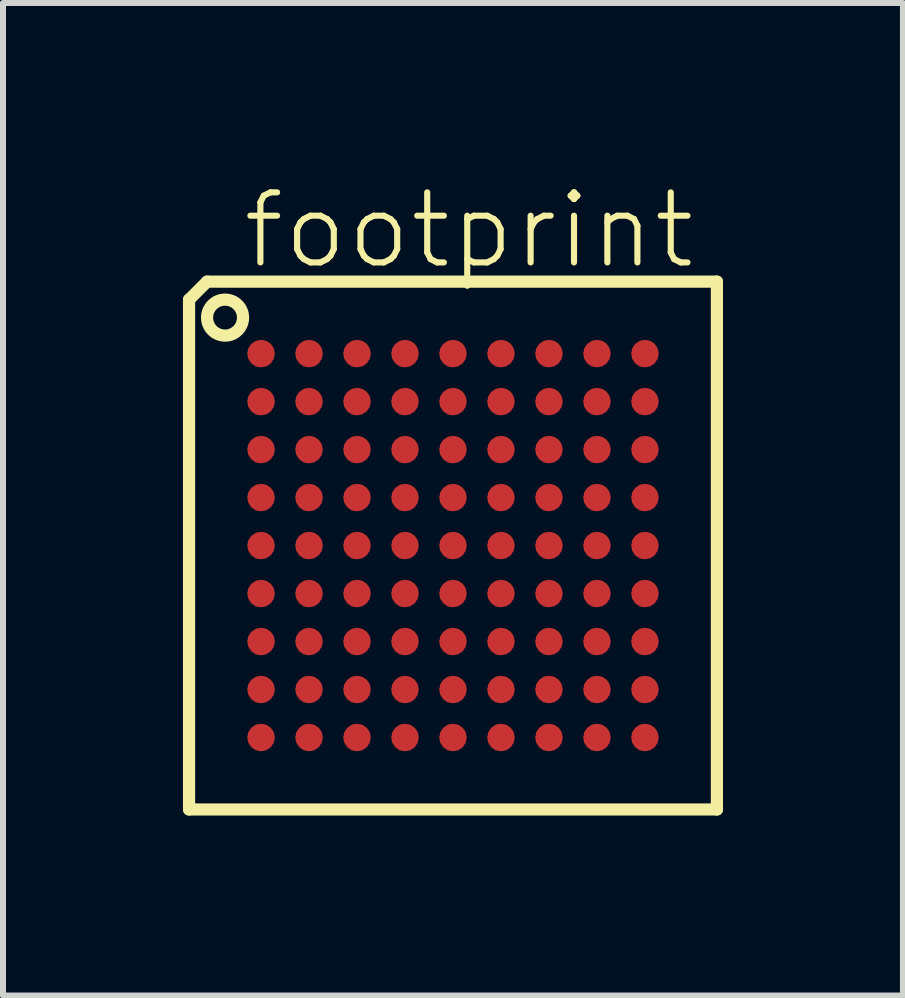
<source format=kicad_pcb>
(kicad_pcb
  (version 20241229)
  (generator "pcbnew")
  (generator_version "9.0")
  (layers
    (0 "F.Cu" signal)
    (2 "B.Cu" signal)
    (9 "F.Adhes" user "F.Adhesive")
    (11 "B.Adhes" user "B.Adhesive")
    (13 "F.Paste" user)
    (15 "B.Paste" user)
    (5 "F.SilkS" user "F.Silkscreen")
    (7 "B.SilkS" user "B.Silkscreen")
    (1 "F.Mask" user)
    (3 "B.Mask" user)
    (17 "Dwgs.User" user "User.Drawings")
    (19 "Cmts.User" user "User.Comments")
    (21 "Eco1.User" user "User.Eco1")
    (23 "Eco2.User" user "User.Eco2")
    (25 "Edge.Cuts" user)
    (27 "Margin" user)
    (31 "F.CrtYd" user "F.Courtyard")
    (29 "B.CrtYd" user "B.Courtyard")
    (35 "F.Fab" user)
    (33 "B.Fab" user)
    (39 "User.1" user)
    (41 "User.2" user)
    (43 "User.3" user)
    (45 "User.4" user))
  (footprint "footprint"
    (layer "F.Cu")
    (at 4.502 6.045)
    (property "Reference" "footprint" (at -3.556 -4.572 0) (layer "F.SilkS") (effects (font (size 1.168 1.168) (thickness 0.102)) (justify left bottom)))
    (fp_line (start -4.4 -4.1) (end -4.1 -4.4) (stroke (width 0.203) (type solid)) (layer "F.SilkS"))
    (fp_line (start -4.4 4.4) (end -4.4 -4.1) (stroke (width 0.203) (type solid)) (layer "F.SilkS"))
    (fp_line (start -4.1 -4.4) (end 4.4 -4.4) (stroke (width 0.203) (type solid)) (layer "F.SilkS"))
    (fp_line (start 4.4 -4.4) (end 4.4 4.4) (stroke (width 0.203) (type solid)) (layer "F.SilkS"))
    (fp_line (start 4.4 4.4) (end -4.4 4.4) (stroke (width 0.203) (type solid)) (layer "F.SilkS"))
    (fp_circle (center -3.8 -3.8) (end -3.5 -3.8) (stroke (width 0.203) (type solid)) (fill no) (layer "F.SilkS"))
    (pad "A1" smd roundrect (at -3.2 -3.2) (size 0.46 0.46) (layers "F.Cu" "F.Mask" "F.Paste") (roundrect_rratio 0.5))
    (pad "A2" smd roundrect (at -2.4 -3.2) (size 0.46 0.46) (layers "F.Cu" "F.Mask" "F.Paste") (roundrect_rratio 0.5))
    (pad "A3" smd roundrect (at -1.6 -3.2) (size 0.46 0.46) (layers "F.Cu" "F.Mask" "F.Paste") (roundrect_rratio 0.5))
    (pad "A4" smd roundrect (at -0.8 -3.2) (size 0.46 0.46) (layers "F.Cu" "F.Mask" "F.Paste") (roundrect_rratio 0.5))
    (pad "A5" smd roundrect (at 0 -3.2) (size 0.46 0.46) (layers "F.Cu" "F.Mask" "F.Paste") (roundrect_rratio 0.5))
    (pad "A6" smd roundrect (at 0.8 -3.2) (size 0.46 0.46) (layers "F.Cu" "F.Mask" "F.Paste") (roundrect_rratio 0.5))
    (pad "A7" smd roundrect (at 1.6 -3.2) (size 0.46 0.46) (layers "F.Cu" "F.Mask" "F.Paste") (roundrect_rratio 0.5))
    (pad "A8" smd roundrect (at 2.4 -3.2) (size 0.46 0.46) (layers "F.Cu" "F.Mask" "F.Paste") (roundrect_rratio 0.5))
    (pad "A9" smd roundrect (at 3.2 -3.2) (size 0.46 0.46) (layers "F.Cu" "F.Mask" "F.Paste") (roundrect_rratio 0.5))
    (pad "B1" smd roundrect (at -3.2 -2.4) (size 0.46 0.46) (layers "F.Cu" "F.Mask" "F.Paste") (roundrect_rratio 0.5))
    (pad "B2" smd roundrect (at -2.4 -2.4) (size 0.46 0.46) (layers "F.Cu" "F.Mask" "F.Paste") (roundrect_rratio 0.5))
    (pad "B3" smd roundrect (at -1.6 -2.4) (size 0.46 0.46) (layers "F.Cu" "F.Mask" "F.Paste") (roundrect_rratio 0.5))
    (pad "B4" smd roundrect (at -0.8 -2.4) (size 0.46 0.46) (layers "F.Cu" "F.Mask" "F.Paste") (roundrect_rratio 0.5))
    (pad "B5" smd roundrect (at 0 -2.4) (size 0.46 0.46) (layers "F.Cu" "F.Mask" "F.Paste") (roundrect_rratio 0.5))
    (pad "B6" smd roundrect (at 0.8 -2.4) (size 0.46 0.46) (layers "F.Cu" "F.Mask" "F.Paste") (roundrect_rratio 0.5))
    (pad "B7" smd roundrect (at 1.6 -2.4) (size 0.46 0.46) (layers "F.Cu" "F.Mask" "F.Paste") (roundrect_rratio 0.5))
    (pad "B8" smd roundrect (at 2.4 -2.4) (size 0.46 0.46) (layers "F.Cu" "F.Mask" "F.Paste") (roundrect_rratio 0.5))
    (pad "B9" smd roundrect (at 3.2 -2.4) (size 0.46 0.46) (layers "F.Cu" "F.Mask" "F.Paste") (roundrect_rratio 0.5))
    (pad "C1" smd roundrect (at -3.2 -1.6) (size 0.46 0.46) (layers "F.Cu" "F.Mask" "F.Paste") (roundrect_rratio 0.5))
    (pad "C2" smd roundrect (at -2.4 -1.6) (size 0.46 0.46) (layers "F.Cu" "F.Mask" "F.Paste") (roundrect_rratio 0.5))
    (pad "C3" smd roundrect (at -1.6 -1.6) (size 0.46 0.46) (layers "F.Cu" "F.Mask" "F.Paste") (roundrect_rratio 0.5))
    (pad "C4" smd roundrect (at -0.8 -1.6) (size 0.46 0.46) (layers "F.Cu" "F.Mask" "F.Paste") (roundrect_rratio 0.5))
    (pad "C5" smd roundrect (at 0 -1.6) (size 0.46 0.46) (layers "F.Cu" "F.Mask" "F.Paste") (roundrect_rratio 0.5))
    (pad "C6" smd roundrect (at 0.8 -1.6) (size 0.46 0.46) (layers "F.Cu" "F.Mask" "F.Paste") (roundrect_rratio 0.5))
    (pad "C7" smd roundrect (at 1.6 -1.6) (size 0.46 0.46) (layers "F.Cu" "F.Mask" "F.Paste") (roundrect_rratio 0.5))
    (pad "C8" smd roundrect (at 2.4 -1.6) (size 0.46 0.46) (layers "F.Cu" "F.Mask" "F.Paste") (roundrect_rratio 0.5))
    (pad "C9" smd roundrect (at 3.2 -1.6) (size 0.46 0.46) (layers "F.Cu" "F.Mask" "F.Paste") (roundrect_rratio 0.5))
    (pad "D1" smd roundrect (at -3.2 -0.8) (size 0.46 0.46) (layers "F.Cu" "F.Mask" "F.Paste") (roundrect_rratio 0.5))
    (pad "D2" smd roundrect (at -2.4 -0.8) (size 0.46 0.46) (layers "F.Cu" "F.Mask" "F.Paste") (roundrect_rratio 0.5))
    (pad "D3" smd roundrect (at -1.6 -0.8) (size 0.46 0.46) (layers "F.Cu" "F.Mask" "F.Paste") (roundrect_rratio 0.5))
    (pad "D4" smd roundrect (at -0.8 -0.8) (size 0.46 0.46) (layers "F.Cu" "F.Mask" "F.Paste") (roundrect_rratio 0.5))
    (pad "D5" smd roundrect (at 0 -0.8) (size 0.46 0.46) (layers "F.Cu" "F.Mask" "F.Paste") (roundrect_rratio 0.5))
    (pad "D6" smd roundrect (at 0.8 -0.8) (size 0.46 0.46) (layers "F.Cu" "F.Mask" "F.Paste") (roundrect_rratio 0.5))
    (pad "D7" smd roundrect (at 1.6 -0.8) (size 0.46 0.46) (layers "F.Cu" "F.Mask" "F.Paste") (roundrect_rratio 0.5))
    (pad "D8" smd roundrect (at 2.4 -0.8) (size 0.46 0.46) (layers "F.Cu" "F.Mask" "F.Paste") (roundrect_rratio 0.5))
    (pad "D9" smd roundrect (at 3.2 -0.8) (size 0.46 0.46) (layers "F.Cu" "F.Mask" "F.Paste") (roundrect_rratio 0.5))
    (pad "E1" smd roundrect (at -3.2 0) (size 0.46 0.46) (layers "F.Cu" "F.Mask" "F.Paste") (roundrect_rratio 0.5))
    (pad "E2" smd roundrect (at -2.4 0) (size 0.46 0.46) (layers "F.Cu" "F.Mask" "F.Paste") (roundrect_rratio 0.5))
    (pad "E3" smd roundrect (at -1.6 0) (size 0.46 0.46) (layers "F.Cu" "F.Mask" "F.Paste") (roundrect_rratio 0.5))
    (pad "E4" smd roundrect (at -0.8 0) (size 0.46 0.46) (layers "F.Cu" "F.Mask" "F.Paste") (roundrect_rratio 0.5))
    (pad "E5" smd roundrect (at 0 0) (size 0.46 0.46) (layers "F.Cu" "F.Mask" "F.Paste") (roundrect_rratio 0.5))
    (pad "E6" smd roundrect (at 0.8 0) (size 0.46 0.46) (layers "F.Cu" "F.Mask" "F.Paste") (roundrect_rratio 0.5))
    (pad "E7" smd roundrect (at 1.6 0) (size 0.46 0.46) (layers "F.Cu" "F.Mask" "F.Paste") (roundrect_rratio 0.5))
    (pad "E8" smd roundrect (at 2.4 0) (size 0.46 0.46) (layers "F.Cu" "F.Mask" "F.Paste") (roundrect_rratio 0.5))
    (pad "E9" smd roundrect (at 3.2 0) (size 0.46 0.46) (layers "F.Cu" "F.Mask" "F.Paste") (roundrect_rratio 0.5))
    (pad "F1" smd roundrect (at -3.2 0.8) (size 0.46 0.46) (layers "F.Cu" "F.Mask" "F.Paste") (roundrect_rratio 0.5))
    (pad "F2" smd roundrect (at -2.4 0.8) (size 0.46 0.46) (layers "F.Cu" "F.Mask" "F.Paste") (roundrect_rratio 0.5))
    (pad "F3" smd roundrect (at -1.6 0.8) (size 0.46 0.46) (layers "F.Cu" "F.Mask" "F.Paste") (roundrect_rratio 0.5))
    (pad "F4" smd roundrect (at -0.8 0.8) (size 0.46 0.46) (layers "F.Cu" "F.Mask" "F.Paste") (roundrect_rratio 0.5))
    (pad "F5" smd roundrect (at 0 0.8) (size 0.46 0.46) (layers "F.Cu" "F.Mask" "F.Paste") (roundrect_rratio 0.5))
    (pad "F6" smd roundrect (at 0.8 0.8) (size 0.46 0.46) (layers "F.Cu" "F.Mask" "F.Paste") (roundrect_rratio 0.5))
    (pad "F7" smd roundrect (at 1.6 0.8) (size 0.46 0.46) (layers "F.Cu" "F.Mask" "F.Paste") (roundrect_rratio 0.5))
    (pad "F8" smd roundrect (at 2.4 0.8) (size 0.46 0.46) (layers "F.Cu" "F.Mask" "F.Paste") (roundrect_rratio 0.5))
    (pad "F9" smd roundrect (at 3.2 0.8) (size 0.46 0.46) (layers "F.Cu" "F.Mask" "F.Paste") (roundrect_rratio 0.5))
    (pad "G1" smd roundrect (at -3.2 1.6) (size 0.46 0.46) (layers "F.Cu" "F.Mask" "F.Paste") (roundrect_rratio 0.5))
    (pad "G2" smd roundrect (at -2.4 1.6) (size 0.46 0.46) (layers "F.Cu" "F.Mask" "F.Paste") (roundrect_rratio 0.5))
    (pad "G3" smd roundrect (at -1.6 1.6) (size 0.46 0.46) (layers "F.Cu" "F.Mask" "F.Paste") (roundrect_rratio 0.5))
    (pad "G4" smd roundrect (at -0.8 1.6) (size 0.46 0.46) (layers "F.Cu" "F.Mask" "F.Paste") (roundrect_rratio 0.5))
    (pad "G5" smd roundrect (at 0 1.6) (size 0.46 0.46) (layers "F.Cu" "F.Mask" "F.Paste") (roundrect_rratio 0.5))
    (pad "G6" smd roundrect (at 0.8 1.6) (size 0.46 0.46) (layers "F.Cu" "F.Mask" "F.Paste") (roundrect_rratio 0.5))
    (pad "G7" smd roundrect (at 1.6 1.6) (size 0.46 0.46) (layers "F.Cu" "F.Mask" "F.Paste") (roundrect_rratio 0.5))
    (pad "G8" smd roundrect (at 2.4 1.6) (size 0.46 0.46) (layers "F.Cu" "F.Mask" "F.Paste") (roundrect_rratio 0.5))
    (pad "G9" smd roundrect (at 3.2 1.6) (size 0.46 0.46) (layers "F.Cu" "F.Mask" "F.Paste") (roundrect_rratio 0.5))
    (pad "H1" smd roundrect (at -3.2 2.4) (size 0.46 0.46) (layers "F.Cu" "F.Mask" "F.Paste") (roundrect_rratio 0.5))
    (pad "H2" smd roundrect (at -2.4 2.4) (size 0.46 0.46) (layers "F.Cu" "F.Mask" "F.Paste") (roundrect_rratio 0.5))
    (pad "H3" smd roundrect (at -1.6 2.4) (size 0.46 0.46) (layers "F.Cu" "F.Mask" "F.Paste") (roundrect_rratio 0.5))
    (pad "H4" smd roundrect (at -0.8 2.4) (size 0.46 0.46) (layers "F.Cu" "F.Mask" "F.Paste") (roundrect_rratio 0.5))
    (pad "H5" smd roundrect (at 0 2.4) (size 0.46 0.46) (layers "F.Cu" "F.Mask" "F.Paste") (roundrect_rratio 0.5))
    (pad "H6" smd roundrect (at 0.8 2.4) (size 0.46 0.46) (layers "F.Cu" "F.Mask" "F.Paste") (roundrect_rratio 0.5))
    (pad "H7" smd roundrect (at 1.6 2.4) (size 0.46 0.46) (layers "F.Cu" "F.Mask" "F.Paste") (roundrect_rratio 0.5))
    (pad "H8" smd roundrect (at 2.4 2.4) (size 0.46 0.46) (layers "F.Cu" "F.Mask" "F.Paste") (roundrect_rratio 0.5))
    (pad "H9" smd roundrect (at 3.2 2.4) (size 0.46 0.46) (layers "F.Cu" "F.Mask" "F.Paste") (roundrect_rratio 0.5))
    (pad "J1" smd roundrect (at -3.2 3.2) (size 0.46 0.46) (layers "F.Cu" "F.Mask" "F.Paste") (roundrect_rratio 0.5))
    (pad "J2" smd roundrect (at -2.4 3.2) (size 0.46 0.46) (layers "F.Cu" "F.Mask" "F.Paste") (roundrect_rratio 0.5))
    (pad "J3" smd roundrect (at -1.6 3.2) (size 0.46 0.46) (layers "F.Cu" "F.Mask" "F.Paste") (roundrect_rratio 0.5))
    (pad "J4" smd roundrect (at -0.8 3.2) (size 0.46 0.46) (layers "F.Cu" "F.Mask" "F.Paste") (roundrect_rratio 0.5))
    (pad "J5" smd roundrect (at 0 3.2) (size 0.46 0.46) (layers "F.Cu" "F.Mask" "F.Paste") (roundrect_rratio 0.5))
    (pad "J6" smd roundrect (at 0.8 3.2) (size 0.46 0.46) (layers "F.Cu" "F.Mask" "F.Paste") (roundrect_rratio 0.5))
    (pad "J7" smd roundrect (at 1.6 3.2) (size 0.46 0.46) (layers "F.Cu" "F.Mask" "F.Paste") (roundrect_rratio 0.5))
    (pad "J8" smd roundrect (at 2.4 3.2) (size 0.46 0.46) (layers "F.Cu" "F.Mask" "F.Paste") (roundrect_rratio 0.5))
    (pad "J9" smd roundrect (at 3.2 3.2) (size 0.46 0.46) (layers "F.Cu" "F.Mask" "F.Paste") (roundrect_rratio 0.5)))
  (gr_rect
    (start -3 -3)
    (end 12.003 13.547)
    (stroke (width 0.1) (type default))
    (fill no)
    (layer "Edge.Cuts")))
</source>
